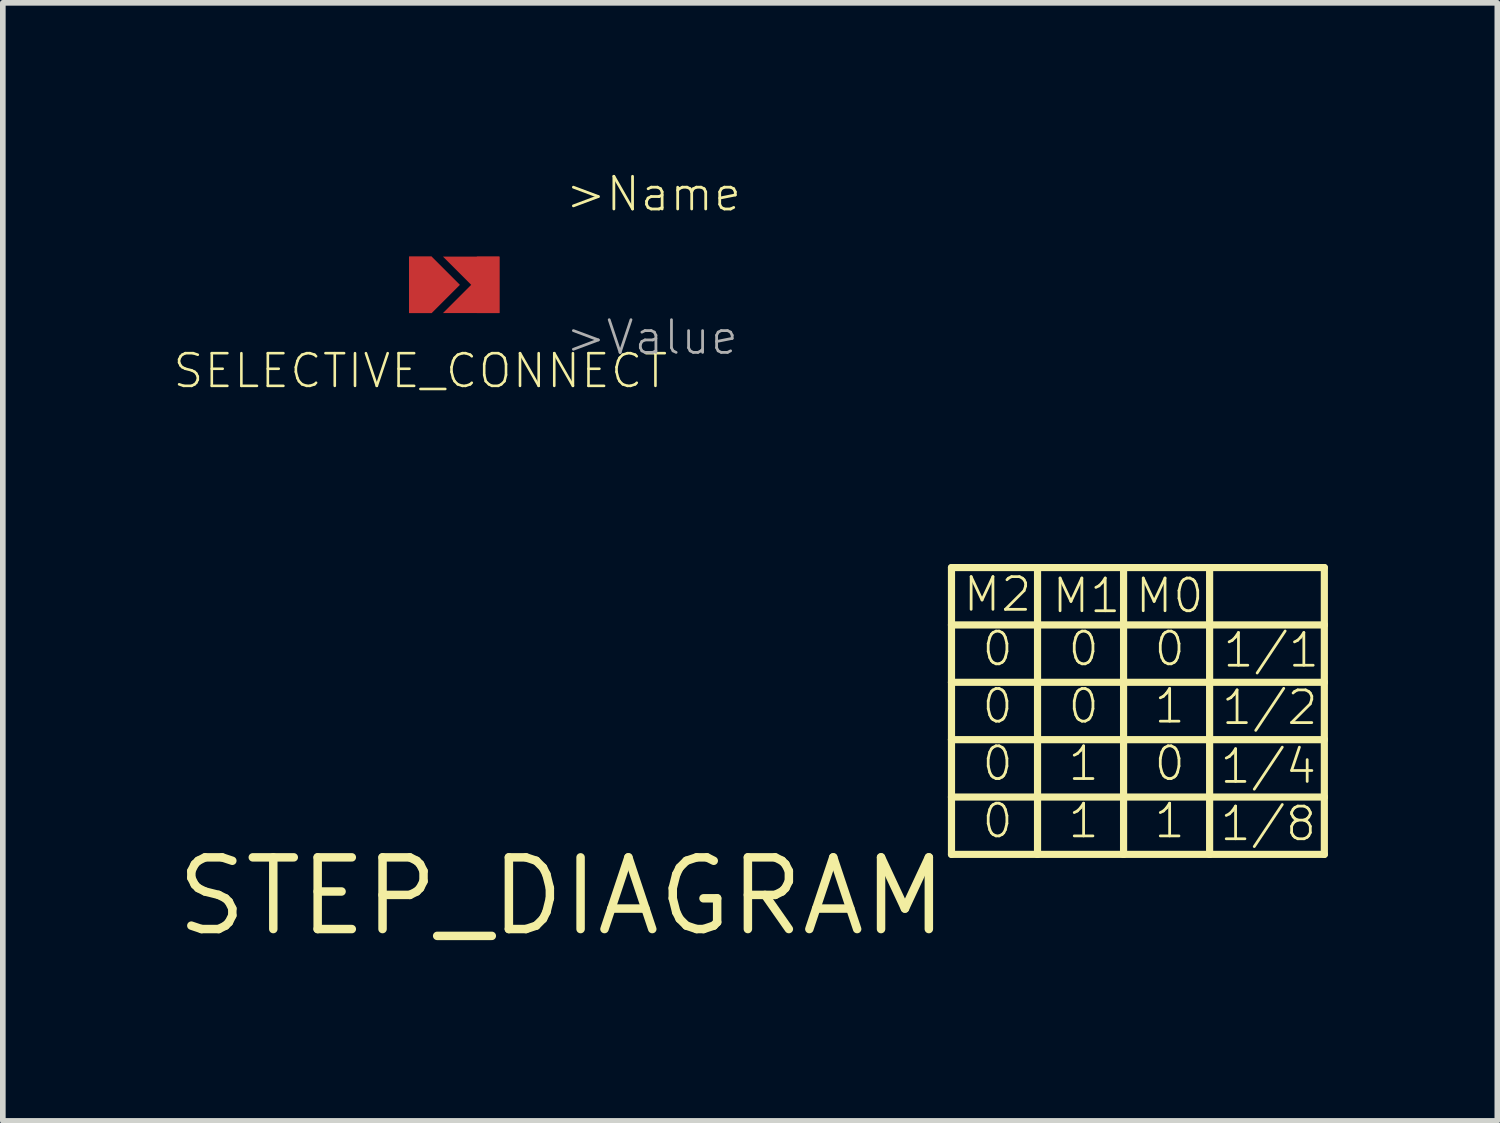
<source format=kicad_pcb>
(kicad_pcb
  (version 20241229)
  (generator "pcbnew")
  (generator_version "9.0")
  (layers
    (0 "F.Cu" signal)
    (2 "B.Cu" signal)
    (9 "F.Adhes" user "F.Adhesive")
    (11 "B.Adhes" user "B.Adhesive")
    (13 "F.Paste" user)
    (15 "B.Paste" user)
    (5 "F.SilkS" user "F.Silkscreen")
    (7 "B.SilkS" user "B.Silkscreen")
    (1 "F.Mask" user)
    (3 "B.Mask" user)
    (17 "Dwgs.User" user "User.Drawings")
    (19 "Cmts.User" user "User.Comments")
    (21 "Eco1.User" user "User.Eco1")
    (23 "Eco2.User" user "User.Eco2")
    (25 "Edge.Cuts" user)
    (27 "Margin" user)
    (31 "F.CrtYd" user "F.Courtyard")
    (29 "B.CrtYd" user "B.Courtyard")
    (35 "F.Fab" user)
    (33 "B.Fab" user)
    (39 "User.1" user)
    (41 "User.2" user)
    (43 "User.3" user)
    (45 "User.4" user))
  (footprint "SELECTIVE_CONNECT"
    (layer "F.Cu")
    (at 4.396 1.995)
    (property "Reference" "SELECTIVE_CONNECT" (at 0 1.524 180) (layer "F.SilkS") (effects (font (size 0.579 0.579) (thickness 0.046))))
    (attr through_hole)
    (fp_poly (pts (xy -0.2 -0.5) (xy -0.2 0.5) (xy 0.2 0.5) (xy 0.7 0) (xy 0.2 -0.5)) (stroke (width 0) (type solid)) (fill yes) (layer "F.Cu"))
    (fp_poly (pts (xy 0.4 -0.5) (xy 0.9 0) (xy 0.4 0.5) (xy 1.4 0.5) (xy 1.4 -0.5)) (stroke (width 0) (type solid)) (fill yes) (layer "F.Cu"))
    (fp_poly (pts (xy -0.2 -0.5) (xy -0.2 0.5) (xy 0.2 0.5) (xy 0.7 0) (xy 0.2 -0.5)) (stroke (width 0) (type solid)) (fill yes) (layer "F.Mask"))
    (fp_poly (pts (xy 0.4 -0.5) (xy 0.9 0) (xy 0.4 0.5) (xy 1.4 0.5) (xy 1.4 -0.5)) (stroke (width 0) (type solid)) (fill yes) (layer "F.Mask"))
    (fp_text user ">Name" (at 2.54 -1.27 0) (layer "F.SilkS") (effects (font (size 0.579 0.579) (thickness 0.049)) (justify left bottom)))
    (fp_text user ">Value" (at 2.54 1.27 0) (layer "F.Fab") (effects (font (size 0.579 0.579) (thickness 0.049)) (justify left bottom)))
    (pad "P$1" smd rect (at 0 0 90) (size 1 0.4) (layers "F.Cu" "F.Mask" "F.Paste"))
    (pad "P$2" smd rect (at 1.2 0 90) (size 1 0.4) (layers "F.Cu" "F.Mask" "F.Paste")))
  (footprint "STEP_DIAGRAM"
    (layer "F.Cu")
    (at 13.803 12.083)
    (property "Reference" "STEP_DIAGRAM" (at 0 0 0) (layer "F.SilkS") (effects (font (size 1.27 1.27) (thickness 0.15)) (justify right top)))
    (attr through_hole)
    (fp_line (start 0 -5.08) (end 1.524 -5.08) (stroke (width 0.127) (type solid)) (layer "F.SilkS"))
    (fp_line (start 0 -4.064) (end 0 -5.08) (stroke (width 0.127) (type solid)) (layer "F.SilkS"))
    (fp_line (start 0 -4.064) (end 6.604 -4.064) (stroke (width 0.127) (type solid)) (layer "F.SilkS"))
    (fp_line (start 0 -3.048) (end 0 -4.064) (stroke (width 0.127) (type solid)) (layer "F.SilkS"))
    (fp_line (start 0 -3.048) (end 6.604 -3.048) (stroke (width 0.127) (type solid)) (layer "F.SilkS"))
    (fp_line (start 0 -2.032) (end 0 -3.048) (stroke (width 0.127) (type solid)) (layer "F.SilkS"))
    (fp_line (start 0 -2.032) (end 6.604 -2.032) (stroke (width 0.127) (type solid)) (layer "F.SilkS"))
    (fp_line (start 0 -1.016) (end 0 -2.032) (stroke (width 0.127) (type solid)) (layer "F.SilkS"))
    (fp_line (start 0 -1.016) (end 6.604 -1.016) (stroke (width 0.127) (type solid)) (layer "F.SilkS"))
    (fp_line (start 0 0) (end 0 -1.016) (stroke (width 0.127) (type solid)) (layer "F.SilkS"))
    (fp_line (start 1.524 -5.08) (end 1.524 0) (stroke (width 0.127) (type solid)) (layer "F.SilkS"))
    (fp_line (start 1.524 -5.08) (end 3.048 -5.08) (stroke (width 0.127) (type solid)) (layer "F.SilkS"))
    (fp_line (start 1.524 0) (end 0 0) (stroke (width 0.127) (type solid)) (layer "F.SilkS"))
    (fp_line (start 3.048 -5.08) (end 3.048 0) (stroke (width 0.127) (type solid)) (layer "F.SilkS"))
    (fp_line (start 3.048 -5.08) (end 4.572 -5.08) (stroke (width 0.127) (type solid)) (layer "F.SilkS"))
    (fp_line (start 3.048 0) (end 1.524 0) (stroke (width 0.127) (type solid)) (layer "F.SilkS"))
    (fp_line (start 4.572 -5.08) (end 4.572 0) (stroke (width 0.127) (type solid)) (layer "F.SilkS"))
    (fp_line (start 4.572 -5.08) (end 6.604 -5.08) (stroke (width 0.127) (type solid)) (layer "F.SilkS"))
    (fp_line (start 4.572 0) (end 3.048 0) (stroke (width 0.127) (type solid)) (layer "F.SilkS"))
    (fp_line (start 6.604 -5.08) (end 6.604 -4.064) (stroke (width 0.127) (type solid)) (layer "F.SilkS"))
    (fp_line (start 6.604 -4.064) (end 6.604 -3.048) (stroke (width 0.127) (type solid)) (layer "F.SilkS"))
    (fp_line (start 6.604 -3.048) (end 6.604 -2.032) (stroke (width 0.127) (type solid)) (layer "F.SilkS"))
    (fp_line (start 6.604 -2.032) (end 6.604 -1.016) (stroke (width 0.127) (type solid)) (layer "F.SilkS"))
    (fp_line (start 6.604 -1.016) (end 6.604 0) (stroke (width 0.127) (type solid)) (layer "F.SilkS"))
    (fp_line (start 6.604 0) (end 4.572 0) (stroke (width 0.127) (type solid)) (layer "F.SilkS"))
    (fp_text user "0" (at 0.508 -0.254 0) (layer "F.SilkS") (effects (font (size 0.579 0.579) (thickness 0.049)) (justify left bottom)))
    (fp_text user "0" (at 3.556 -1.27 0) (layer "F.SilkS") (effects (font (size 0.579 0.579) (thickness 0.049)) (justify left bottom)))
    (fp_text user "1/8" (at 4.724 -0.203 0) (layer "F.SilkS") (effects (font (size 0.579 0.579) (thickness 0.049)) (justify left bottom)))
    (fp_text user "1" (at 2.032 -0.254 0) (layer "F.SilkS") (effects (font (size 0.579 0.579) (thickness 0.049)) (justify left bottom)))
    (fp_text user "M1" (at 1.753 -4.242 0) (layer "F.SilkS") (effects (font (size 0.579 0.579) (thickness 0.049)) (justify left bottom)))
    (fp_text user "1" (at 3.556 -0.254 0) (layer "F.SilkS") (effects (font (size 0.579 0.579) (thickness 0.049)) (justify left bottom)))
    (fp_text user "M2" (at 0.178 -4.267 0) (layer "F.SilkS") (effects (font (size 0.579 0.579) (thickness 0.049)) (justify left bottom)))
    (fp_text user "0" (at 3.556 -3.302 0) (layer "F.SilkS") (effects (font (size 0.579 0.579) (thickness 0.049)) (justify left bottom)))
    (fp_text user "0" (at 0.508 -2.286 0) (layer "F.SilkS") (effects (font (size 0.579 0.579) (thickness 0.049)) (justify left bottom)))
    (fp_text user "M0" (at 3.226 -4.242 0) (layer "F.SilkS") (effects (font (size 0.579 0.579) (thickness 0.049)) (justify left bottom)))
    (fp_text user "1/2" (at 4.75 -2.261 0) (layer "F.SilkS") (effects (font (size 0.579 0.579) (thickness 0.049)) (justify left bottom)))
    (fp_text user "1" (at 2.032 -1.27 0) (layer "F.SilkS") (effects (font (size 0.579 0.579) (thickness 0.049)) (justify left bottom)))
    (fp_text user "0" (at 2.032 -2.286 0) (layer "F.SilkS") (effects (font (size 0.579 0.579) (thickness 0.049)) (justify left bottom)))
    (fp_text user "1/1" (at 4.775 -3.277 0) (layer "F.SilkS") (effects (font (size 0.579 0.579) (thickness 0.049)) (justify left bottom)))
    (fp_text user "1" (at 3.556 -2.286 0) (layer "F.SilkS") (effects (font (size 0.579 0.579) (thickness 0.049)) (justify left bottom)))
    (fp_text user "1/4" (at 4.724 -1.219 0) (layer "F.SilkS") (effects (font (size 0.579 0.579) (thickness 0.049)) (justify left bottom)))
    (fp_text user "0" (at 2.032 -3.302 0) (layer "F.SilkS") (effects (font (size 0.579 0.579) (thickness 0.049)) (justify left bottom)))
    (fp_text user "0" (at 0.508 -1.27 0) (layer "F.SilkS") (effects (font (size 0.579 0.579) (thickness 0.049)) (justify left bottom)))
    (fp_text user "0" (at 0.508 -3.302 0) (layer "F.SilkS") (effects (font (size 0.579 0.579) (thickness 0.049)) (justify left bottom))))
  (gr_rect
    (start -3 -3)
    (end 23.471 16.803)
    (stroke (width 0.1) (type default))
    (fill no)
    (layer "Edge.Cuts")))
</source>
